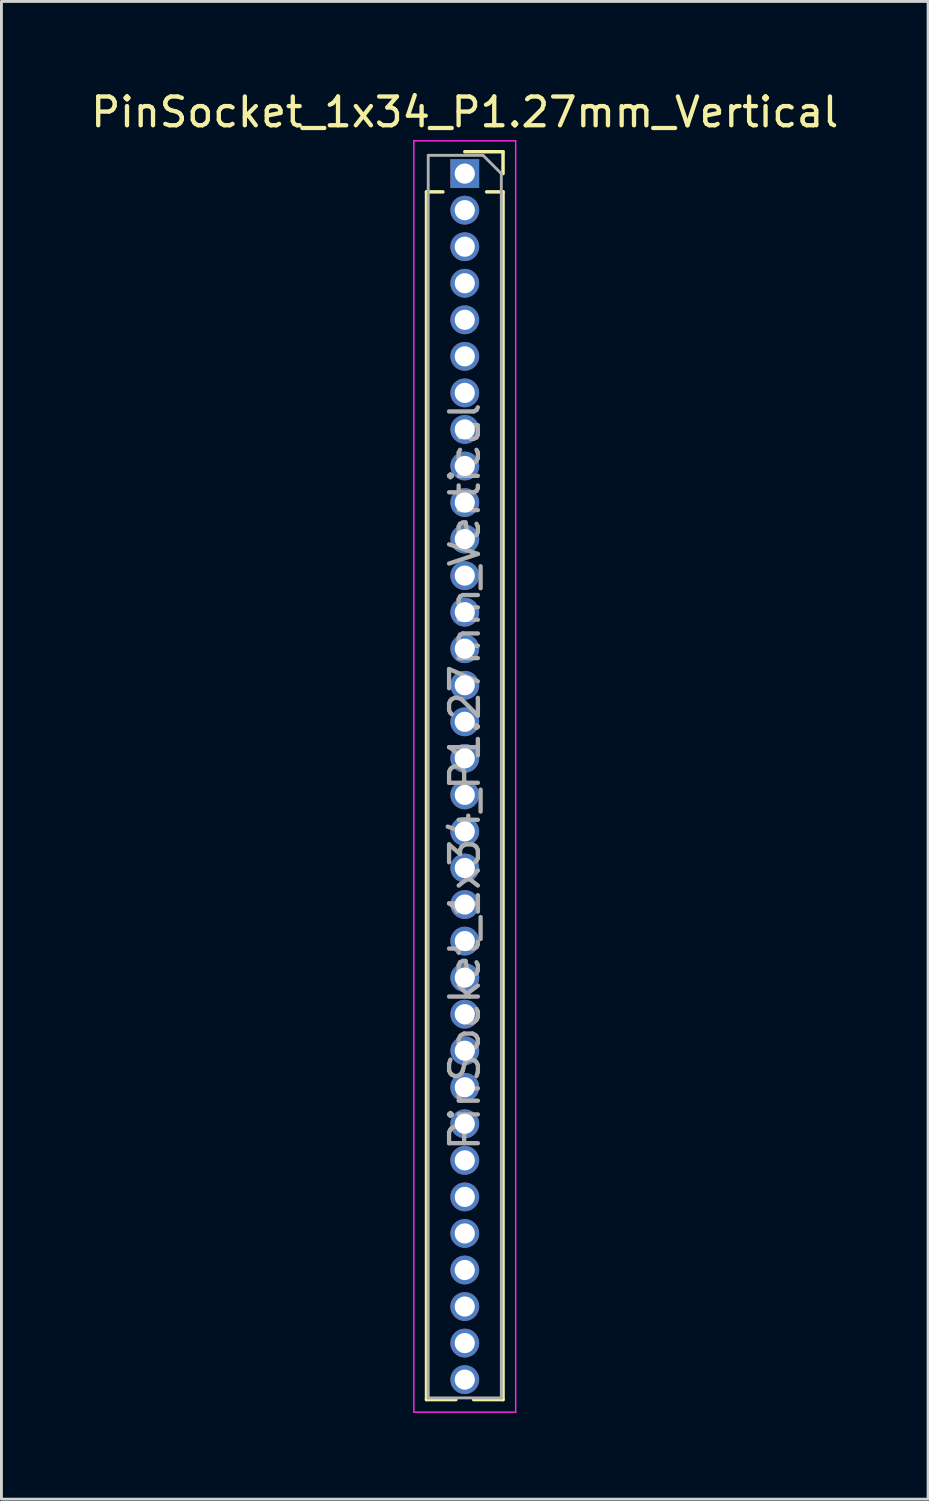
<source format=kicad_pcb>
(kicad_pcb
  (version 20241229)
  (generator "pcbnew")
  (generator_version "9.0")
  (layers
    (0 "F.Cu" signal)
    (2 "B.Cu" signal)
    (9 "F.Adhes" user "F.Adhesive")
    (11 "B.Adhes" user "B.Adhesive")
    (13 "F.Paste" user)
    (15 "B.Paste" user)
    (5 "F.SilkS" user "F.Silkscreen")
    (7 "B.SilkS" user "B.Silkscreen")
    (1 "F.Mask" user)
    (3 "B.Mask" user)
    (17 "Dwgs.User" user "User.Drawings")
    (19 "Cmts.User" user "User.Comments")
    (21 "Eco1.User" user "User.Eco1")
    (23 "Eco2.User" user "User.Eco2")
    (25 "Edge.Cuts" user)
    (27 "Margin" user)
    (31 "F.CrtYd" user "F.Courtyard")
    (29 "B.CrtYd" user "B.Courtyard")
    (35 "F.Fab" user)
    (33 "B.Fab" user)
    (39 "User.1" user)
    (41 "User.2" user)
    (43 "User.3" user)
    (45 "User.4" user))
  (footprint "PinSocket_1x34_P1.27mm_Vertical"
    (layer "F.Cu")
    (at 13.101 2.983)
    (property "Reference" "PinSocket_1x34_P1.27mm_Vertical" (at 0 -2.135 0) (layer "F.SilkS") (effects (font (size 1 1) (thickness 0.15))))
    (attr through_hole)
    (fp_line (start -1.33 0.635) (end -1.33 42.605) (stroke (width 0.12) (type solid)) (layer "F.SilkS"))
    (fp_line (start -1.33 0.635) (end -0.76 0.635) (stroke (width 0.12) (type solid)) (layer "F.SilkS"))
    (fp_line (start -1.33 42.605) (end -0.308 42.605) (stroke (width 0.12) (type solid)) (layer "F.SilkS"))
    (fp_line (start 0 -0.76) (end 1.33 -0.76) (stroke (width 0.12) (type solid)) (layer "F.SilkS"))
    (fp_line (start 0.308 42.605) (end 1.33 42.605) (stroke (width 0.12) (type solid)) (layer "F.SilkS"))
    (fp_line (start 0.76 0.635) (end 1.33 0.635) (stroke (width 0.12) (type solid)) (layer "F.SilkS"))
    (fp_line (start 1.33 -0.76) (end 1.33 0) (stroke (width 0.12) (type solid)) (layer "F.SilkS"))
    (fp_line (start 1.33 0.635) (end 1.33 42.605) (stroke (width 0.12) (type solid)) (layer "F.SilkS"))
    (fp_line (start -1.77 -1.14) (end 1.77 -1.14) (stroke (width 0.05) (type solid)) (layer "F.CrtYd"))
    (fp_line (start -1.77 43.04) (end -1.77 -1.14) (stroke (width 0.05) (type solid)) (layer "F.CrtYd"))
    (fp_line (start 1.77 -1.14) (end 1.77 43.04) (stroke (width 0.05) (type solid)) (layer "F.CrtYd"))
    (fp_line (start 1.77 43.04) (end -1.77 43.04) (stroke (width 0.05) (type solid)) (layer "F.CrtYd"))
    (fp_line (start -1.27 -0.635) (end 0.635 -0.635) (stroke (width 0.1) (type solid)) (layer "F.Fab"))
    (fp_line (start -1.27 42.545) (end -1.27 -0.635) (stroke (width 0.1) (type solid)) (layer "F.Fab"))
    (fp_line (start 0.635 -0.635) (end 1.27 0) (stroke (width 0.1) (type solid)) (layer "F.Fab"))
    (fp_line (start 1.27 0) (end 1.27 42.545) (stroke (width 0.1) (type solid)) (layer "F.Fab"))
    (fp_line (start 1.27 42.545) (end -1.27 42.545) (stroke (width 0.1) (type solid)) (layer "F.Fab"))
    (fp_text user "${REFERENCE}" (at 0 20.955 90) (layer "F.Fab") (effects (font (size 1 1) (thickness 0.15))))
    (pad "1" thru_hole rect (at 0 0) (size 1 1) (drill 0.7) (layers "*.Cu" "*.Mask"))
    (pad "2" thru_hole circle (at 0 1.27) (size 1 1) (drill 0.7) (layers "*.Cu" "*.Mask"))
    (pad "3" thru_hole circle (at 0 2.54) (size 1 1) (drill 0.7) (layers "*.Cu" "*.Mask"))
    (pad "4" thru_hole circle (at 0 3.81) (size 1 1) (drill 0.7) (layers "*.Cu" "*.Mask"))
    (pad "5" thru_hole circle (at 0 5.08) (size 1 1) (drill 0.7) (layers "*.Cu" "*.Mask"))
    (pad "6" thru_hole circle (at 0 6.35) (size 1 1) (drill 0.7) (layers "*.Cu" "*.Mask"))
    (pad "7" thru_hole circle (at 0 7.62) (size 1 1) (drill 0.7) (layers "*.Cu" "*.Mask"))
    (pad "8" thru_hole circle (at 0 8.89) (size 1 1) (drill 0.7) (layers "*.Cu" "*.Mask"))
    (pad "9" thru_hole circle (at 0 10.16) (size 1 1) (drill 0.7) (layers "*.Cu" "*.Mask"))
    (pad "10" thru_hole circle (at 0 11.43) (size 1 1) (drill 0.7) (layers "*.Cu" "*.Mask"))
    (pad "11" thru_hole circle (at 0 12.7) (size 1 1) (drill 0.7) (layers "*.Cu" "*.Mask"))
    (pad "12" thru_hole circle (at 0 13.97) (size 1 1) (drill 0.7) (layers "*.Cu" "*.Mask"))
    (pad "13" thru_hole circle (at 0 15.24) (size 1 1) (drill 0.7) (layers "*.Cu" "*.Mask"))
    (pad "14" thru_hole circle (at 0 16.51) (size 1 1) (drill 0.7) (layers "*.Cu" "*.Mask"))
    (pad "15" thru_hole circle (at 0 17.78) (size 1 1) (drill 0.7) (layers "*.Cu" "*.Mask"))
    (pad "16" thru_hole circle (at 0 19.05) (size 1 1) (drill 0.7) (layers "*.Cu" "*.Mask"))
    (pad "17" thru_hole circle (at 0 20.32) (size 1 1) (drill 0.7) (layers "*.Cu" "*.Mask"))
    (pad "18" thru_hole circle (at 0 21.59) (size 1 1) (drill 0.7) (layers "*.Cu" "*.Mask"))
    (pad "19" thru_hole circle (at 0 22.86) (size 1 1) (drill 0.7) (layers "*.Cu" "*.Mask"))
    (pad "20" thru_hole circle (at 0 24.13) (size 1 1) (drill 0.7) (layers "*.Cu" "*.Mask"))
    (pad "21" thru_hole circle (at 0 25.4) (size 1 1) (drill 0.7) (layers "*.Cu" "*.Mask"))
    (pad "22" thru_hole circle (at 0 26.67) (size 1 1) (drill 0.7) (layers "*.Cu" "*.Mask"))
    (pad "23" thru_hole circle (at 0 27.94) (size 1 1) (drill 0.7) (layers "*.Cu" "*.Mask"))
    (pad "24" thru_hole circle (at 0 29.21) (size 1 1) (drill 0.7) (layers "*.Cu" "*.Mask"))
    (pad "25" thru_hole circle (at 0 30.48) (size 1 1) (drill 0.7) (layers "*.Cu" "*.Mask"))
    (pad "26" thru_hole circle (at 0 31.75) (size 1 1) (drill 0.7) (layers "*.Cu" "*.Mask"))
    (pad "27" thru_hole circle (at 0 33.02) (size 1 1) (drill 0.7) (layers "*.Cu" "*.Mask"))
    (pad "28" thru_hole circle (at 0 34.29) (size 1 1) (drill 0.7) (layers "*.Cu" "*.Mask"))
    (pad "29" thru_hole circle (at 0 35.56) (size 1 1) (drill 0.7) (layers "*.Cu" "*.Mask"))
    (pad "30" thru_hole circle (at 0 36.83) (size 1 1) (drill 0.7) (layers "*.Cu" "*.Mask"))
    (pad "31" thru_hole circle (at 0 38.1) (size 1 1) (drill 0.7) (layers "*.Cu" "*.Mask"))
    (pad "32" thru_hole circle (at 0 39.37) (size 1 1) (drill 0.7) (layers "*.Cu" "*.Mask"))
    (pad "33" thru_hole circle (at 0 40.64) (size 1 1) (drill 0.7) (layers "*.Cu" "*.Mask"))
    (pad "34" thru_hole circle (at 0 41.91) (size 1 1) (drill 0.7) (layers "*.Cu" "*.Mask")))
  (gr_rect
    (start -3 -3)
    (end 29.202 49.048)
    (stroke (width 0.1) (type default))
    (fill no)
    (layer "Edge.Cuts")))
</source>
